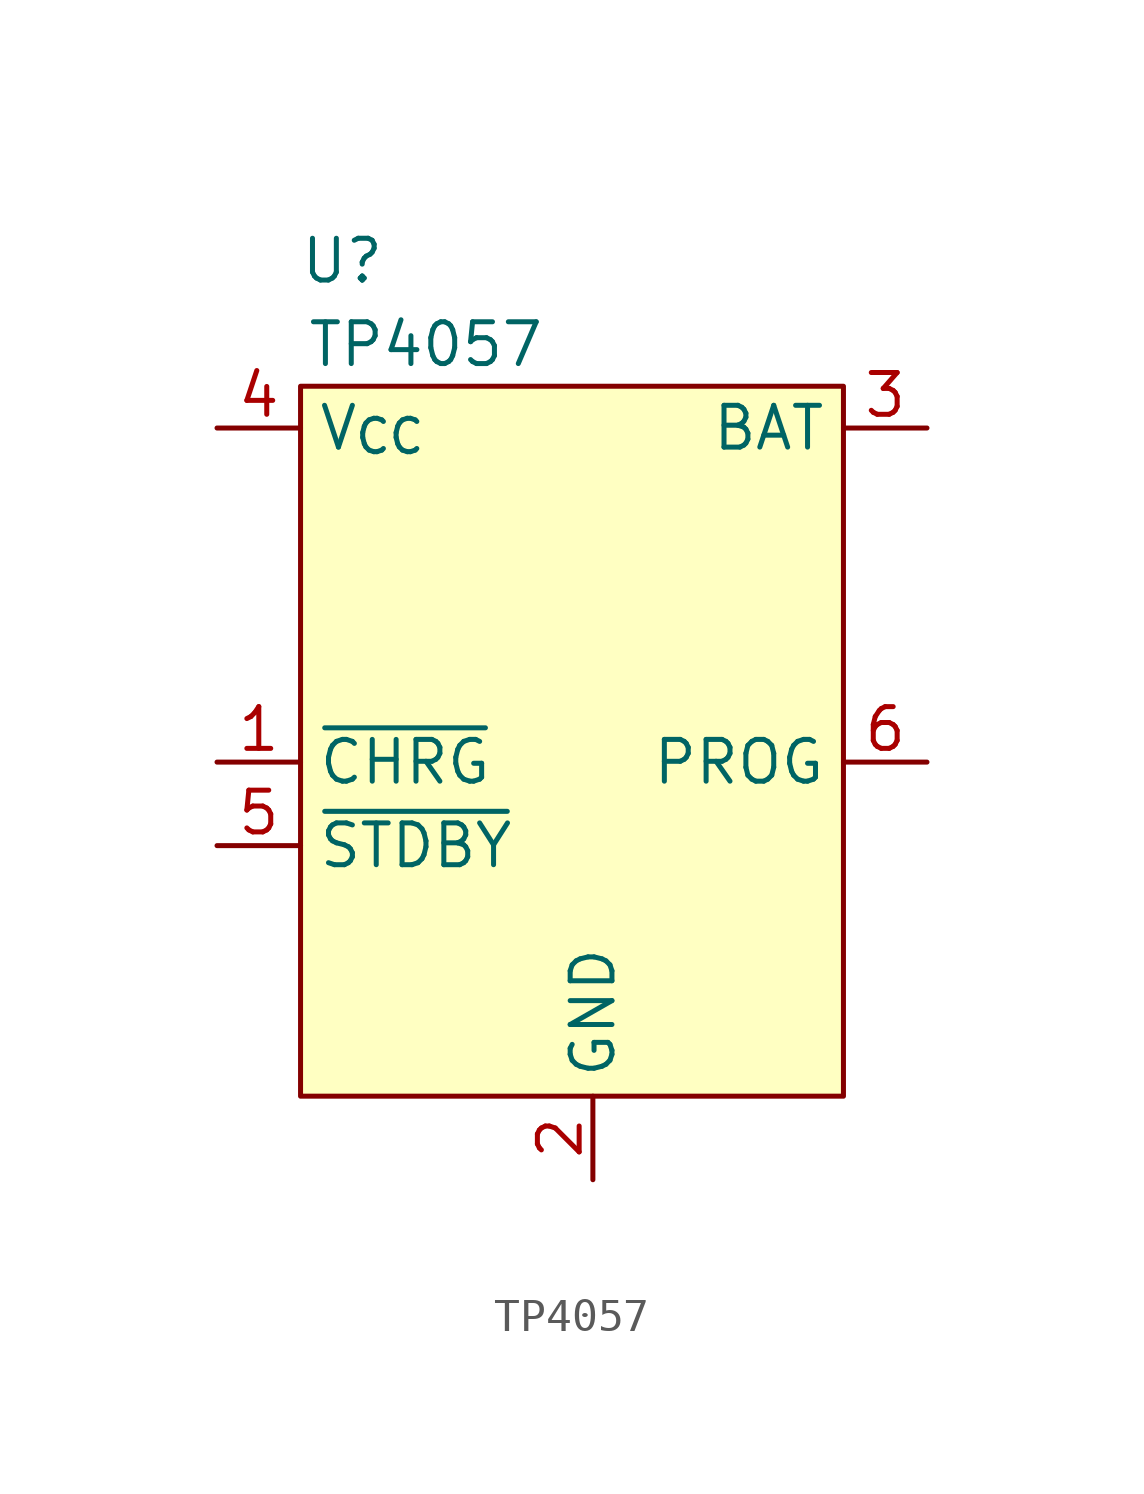
<source format=kicad_sym>
(kicad_symbol_lib
  (version 20220914)
  (generator kicad_symbol_editor)
  (symbol "TP4057"
    (property "Reference" "U"
      (at 1.27 25.4 0)
      (effects (font (size 1.27 1.27))))
    (property "Value" "TP4057"
      (at 3.81 22.86 0)
      (effects (font (size 1.27 1.27))))
    (symbol "TP4057_0_0"
      (pin open_collector line (at -2.54 10.16 0) (length 2.54) (name "~{CHRG}" (effects (font (size 1.27 1.27)))) (number "1" (effects (font (size 1.27 1.27)))))
      (pin power_in line (at 8.89 -2.54 90) (length 2.54) (name "GND" (effects (font (size 1.27 1.27)))) (number "2" (effects (font (size 1.27 1.27)))))
      (pin power_out line (at 19.05 20.32 180) (length 2.54) (name "BAT" (effects (font (size 1.27 1.27)))) (number "3" (effects (font (size 1.27 1.27)))))
      (pin power_in line (at -2.54 20.32 0) (length 2.54) (name "V_{CC}" (effects (font (size 1.27 1.27)))) (number "4" (effects (font (size 1.27 1.27)))))
      (pin open_collector line (at -2.54 7.62 0) (length 2.54) (name "~{STDBY}" (effects (font (size 1.27 1.27)))) (number "5" (effects (font (size 1.27 1.27)))))
      (pin input line (at 19.05 10.16 180) (length 2.54) (name "PROG" (effects (font (size 1.27 1.27)))) (number "6" (effects (font (size 1.27 1.27))))))
    (symbol "TP4057_1_1"
      (rectangle (start 0 21.59) (end 16.51 0) (stroke (width 0) (type default)) (fill (type background))))))
</source>
